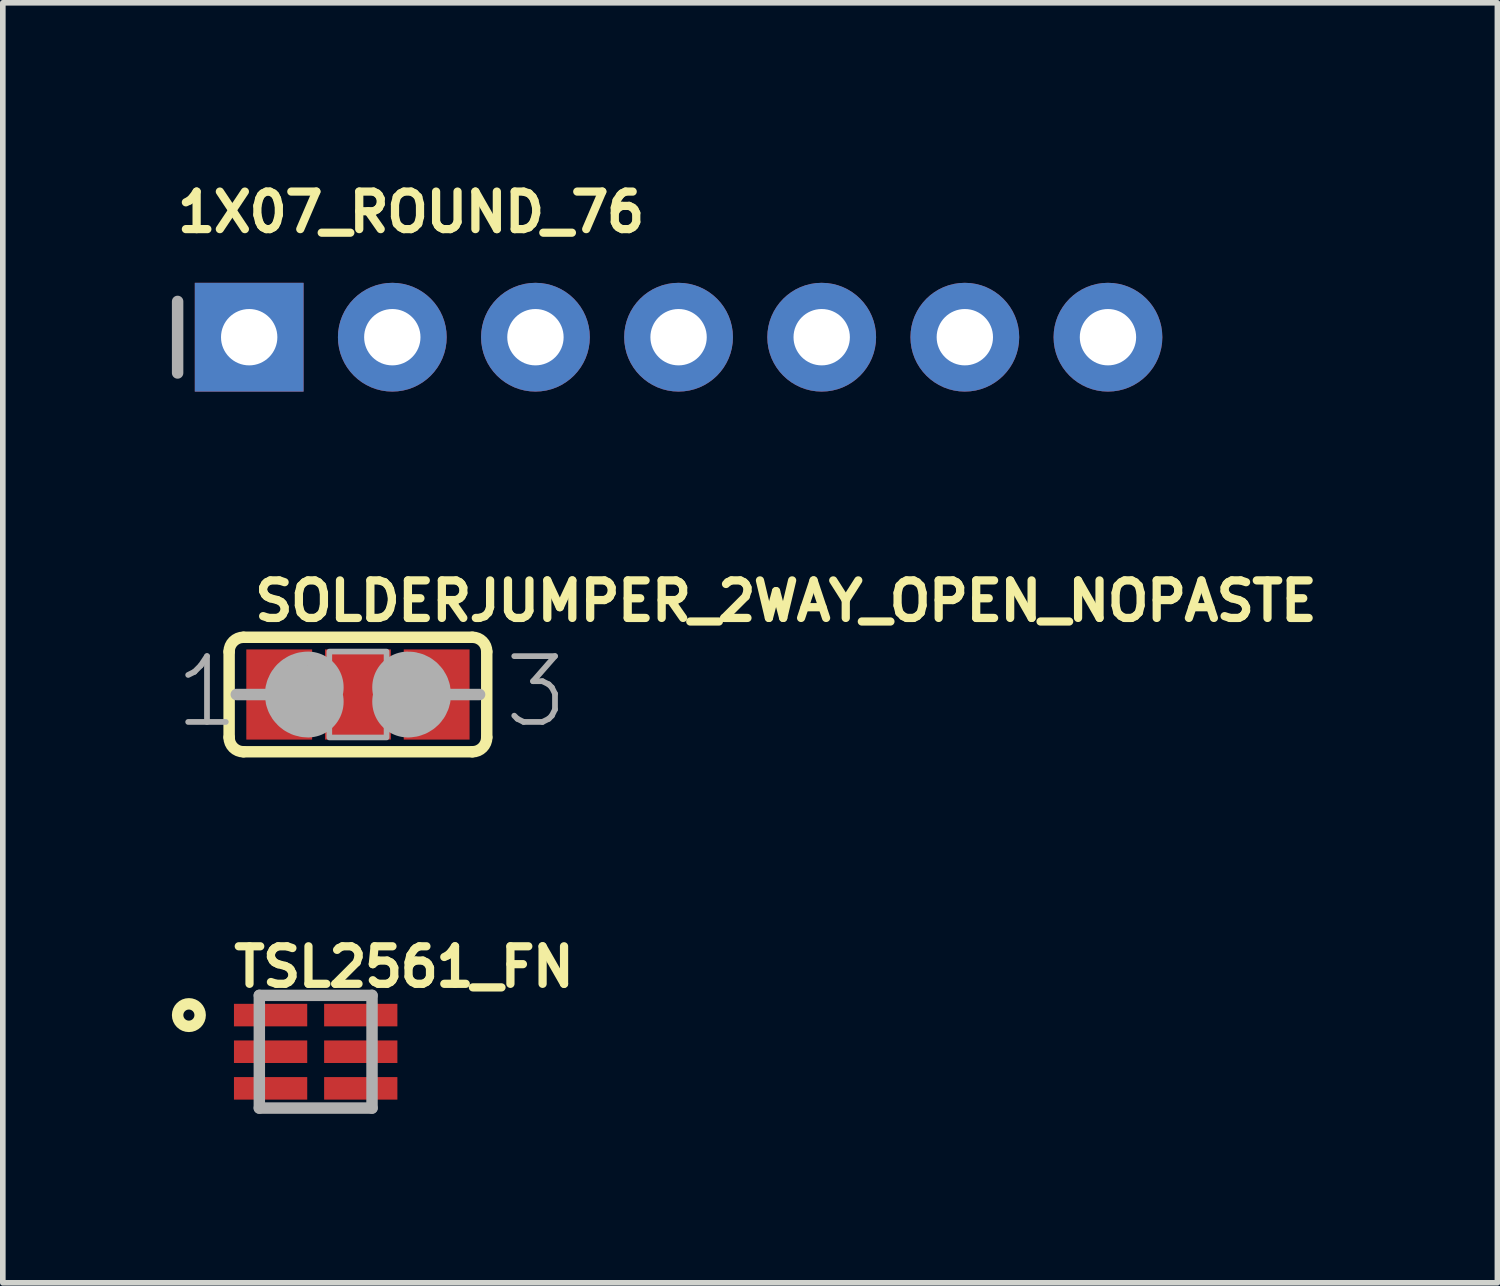
<source format=kicad_pcb>
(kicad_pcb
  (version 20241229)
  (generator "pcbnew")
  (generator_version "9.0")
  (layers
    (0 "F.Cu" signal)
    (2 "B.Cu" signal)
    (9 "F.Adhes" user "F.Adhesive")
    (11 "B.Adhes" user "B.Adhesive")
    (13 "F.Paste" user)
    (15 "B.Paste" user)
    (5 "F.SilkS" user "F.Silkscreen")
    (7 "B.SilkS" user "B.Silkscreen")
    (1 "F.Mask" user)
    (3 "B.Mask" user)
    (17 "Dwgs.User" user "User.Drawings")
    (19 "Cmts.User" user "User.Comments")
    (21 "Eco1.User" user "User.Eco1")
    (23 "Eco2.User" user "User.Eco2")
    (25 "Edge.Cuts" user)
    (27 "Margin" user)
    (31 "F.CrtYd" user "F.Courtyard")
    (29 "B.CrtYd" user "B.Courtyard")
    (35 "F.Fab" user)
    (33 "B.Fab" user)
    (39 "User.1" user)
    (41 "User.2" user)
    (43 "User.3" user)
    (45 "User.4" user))
  (footprint "TSL2561_FN"
    (layer "F.Cu")
    (at 2.552 15.614)
    (property "Reference" "TSL2561_FN" (at -1.524 -1.116 0) (layer "F.SilkS") (effects (font (size 0.666 0.666) (thickness 0.146)) (justify left bottom)))
    (fp_circle (center -2.25 -0.65) (end -2.05 -0.65) (stroke (width 0.203) (type solid)) (fill no) (layer "F.SilkS"))
    (fp_poly (pts (xy -1.43 -0.455) (xy -0.455 -0.455) (xy -0.455 -0.845) (xy -1.43 -0.845)) (stroke (width 0) (type default)) (fill yes) (layer "F.Paste"))
    (fp_poly (pts (xy -1.43 0.195) (xy -0.455 0.195) (xy -0.455 -0.195) (xy -1.43 -0.195)) (stroke (width 0) (type default)) (fill yes) (layer "F.Paste"))
    (fp_poly (pts (xy -1.43 0.845) (xy -0.455 0.845) (xy -0.455 0.455) (xy -1.43 0.455)) (stroke (width 0) (type default)) (fill yes) (layer "F.Paste"))
    (fp_poly (pts (xy 0.455 -0.455) (xy 1.43 -0.455) (xy 1.43 -0.845) (xy 0.455 -0.845)) (stroke (width 0) (type default)) (fill yes) (layer "F.Paste"))
    (fp_poly (pts (xy 0.455 0.195) (xy 1.43 0.195) (xy 1.43 -0.195) (xy 0.455 -0.195)) (stroke (width 0) (type default)) (fill yes) (layer "F.Paste"))
    (fp_poly (pts (xy 0.455 0.845) (xy 1.43 0.845) (xy 1.43 0.455) (xy 0.455 0.455)) (stroke (width 0) (type default)) (fill yes) (layer "F.Paste"))
    (fp_line (start -1 -1) (end 1 -1) (stroke (width 0.203) (type solid)) (layer "F.Fab"))
    (fp_line (start -1 1) (end -1 -1) (stroke (width 0.203) (type solid)) (layer "F.Fab"))
    (fp_line (start 1 -1) (end 1 1) (stroke (width 0.203) (type solid)) (layer "F.Fab"))
    (fp_line (start 1 1) (end -1 1) (stroke (width 0.203) (type solid)) (layer "F.Fab"))
    (pad "ADR" smd rect (at -0.8 0) (size 1.3 0.4) (layers "F.Cu" "F.Mask"))
    (pad "CLK" smd rect (at 0.8 0.65) (size 1.3 0.4) (layers "F.Cu" "F.Mask"))
    (pad "DATA" smd rect (at 0.8 -0.65) (size 1.3 0.4) (layers "F.Cu" "F.Mask"))
    (pad "INT" smd rect (at 0.8 0) (size 1.3 0.4) (layers "F.Cu" "F.Mask"))
    (pad "VDD" smd rect (at -0.8 -0.65) (size 1.3 0.4) (layers "F.Cu" "F.Mask"))
    (pad "VSS" smd rect (at -0.8 0.65) (size 1.3 0.4) (layers "F.Cu" "F.Mask")))
  (footprint "SOLDERJUMPER_2WAY_OPEN_NOPASTE"
    (layer "F.Cu")
    (at 3.302 9.275)
    (property "Reference" "SOLDERJUMPER_2WAY_OPEN_NOPASTE" (at -1.905 -1.27 0) (layer "F.SilkS") (effects (font (size 0.666 0.666) (thickness 0.146)) (justify left bottom)))
    (fp_poly (pts (xy -2.1 0.9) (xy 2.1 0.9) (xy 2.1 -0.9) (xy -2.1 -0.9)) (stroke (width 0) (type default)) (fill yes) (layer "F.Mask"))
    (fp_line (start -2.286 0.762) (end -2.286 -0.762) (stroke (width 0.203) (type solid)) (layer "F.SilkS"))
    (fp_line (start -2.032 -1.016) (end 2.032 -1.016) (stroke (width 0.203) (type solid)) (layer "F.SilkS"))
    (fp_line (start 2.032 1.016) (end -2.032 1.016) (stroke (width 0.203) (type solid)) (layer "F.SilkS"))
    (fp_line (start 2.286 0.762) (end 2.286 -0.762) (stroke (width 0.203) (type solid)) (layer "F.SilkS"))
    (fp_arc (start -2.286 -0.762) (mid -2.211605 -0.941605) (end -2.032 -1.016) (stroke (width 0.2032) (type solid)) (layer "F.SilkS"))
    (fp_arc (start -2.032 1.016) (mid -2.211605 0.941605) (end -2.286 0.762) (stroke (width 0.2032) (type solid)) (layer "F.SilkS"))
    (fp_arc (start 2.032 -1.016) (mid 2.211605 -0.941605) (end 2.286 -0.762) (stroke (width 0.2032) (type solid)) (layer "F.SilkS"))
    (fp_arc (start 2.286 0.762) (mid 2.211605 0.941605) (end 2.032 1.016) (stroke (width 0.2032) (type solid)) (layer "F.SilkS"))
    (fp_line (start -1.651 0) (end -2.159 0) (stroke (width 0.203) (type solid)) (layer "F.Fab"))
    (fp_line (start 1.651 0) (end 2.159 0) (stroke (width 0.203) (type solid)) (layer "F.Fab"))
    (fp_arc (start -0.889 0.127) (mid -1.016 0) (end -0.889 -0.127) (stroke (width 1.27) (type solid)) (layer "F.Fab"))
    (fp_arc (start 0.889 -0.127) (mid 1.016 0) (end 0.889 0.127) (stroke (width 1.27) (type solid)) (layer "F.Fab"))
    (fp_poly (pts (xy -0.508 0.762) (xy 0.508 0.762) (xy 0.508 -0.762) (xy -0.508 -0.762)) (stroke (width 0.1) (type default)) (fill no) (layer "F.Fab"))
    (fp_text user "3" (at 2.54 0.635 0) (layer "F.Fab") (effects (font (size 1.168 1.168) (thickness 0.102)) (justify left bottom)))
    (fp_text user "1" (at -3.302 0.635 0) (layer "F.Fab") (effects (font (size 1.168 1.168) (thickness 0.102)) (justify left bottom)))
    (pad "1" smd rect (at -1.397 0) (size 1.168 1.6) (layers "F.Cu"))
    (pad "2" smd rect (at 0 0) (size 1.168 1.6) (layers "F.Cu"))
    (pad "3" smd rect (at 1.397 0) (size 1.168 1.6) (layers "F.Cu")))
  (footprint "1X07_ROUND_76"
    (layer "F.Cu")
    (at 8.992 2.934)
    (property "Reference" "1X07_ROUND_76" (at -8.966 -1.829 0) (layer "F.SilkS") (effects (font (size 0.666 0.666) (thickness 0.146)) (justify left bottom)))
    (fp_line (start -8.89 -0.635) (end -8.89 0.635) (stroke (width 0.203) (type solid)) (layer "F.Fab"))
    (fp_poly (pts (xy -7.874 0.254) (xy -7.366 0.254) (xy -7.366 -0.254) (xy -7.874 -0.254)) (stroke (width 0.1) (type default)) (fill no) (layer "F.Fab"))
    (fp_poly (pts (xy -5.334 0.254) (xy -4.826 0.254) (xy -4.826 -0.254) (xy -5.334 -0.254)) (stroke (width 0.1) (type default)) (fill no) (layer "F.Fab"))
    (fp_poly (pts (xy -2.794 0.254) (xy -2.286 0.254) (xy -2.286 -0.254) (xy -2.794 -0.254)) (stroke (width 0.1) (type default)) (fill no) (layer "F.Fab"))
    (fp_poly (pts (xy -0.254 0.254) (xy 0.254 0.254) (xy 0.254 -0.254) (xy -0.254 -0.254)) (stroke (width 0.1) (type default)) (fill no) (layer "F.Fab"))
    (fp_poly (pts (xy 2.286 0.254) (xy 2.794 0.254) (xy 2.794 -0.254) (xy 2.286 -0.254)) (stroke (width 0.1) (type default)) (fill no) (layer "F.Fab"))
    (fp_poly (pts (xy 4.826 0.254) (xy 5.334 0.254) (xy 5.334 -0.254) (xy 4.826 -0.254)) (stroke (width 0.1) (type default)) (fill no) (layer "F.Fab"))
    (fp_poly (pts (xy 7.366 0.254) (xy 7.874 0.254) (xy 7.874 -0.254) (xy 7.366 -0.254)) (stroke (width 0.1) (type default)) (fill no) (layer "F.Fab"))
    (pad "1" thru_hole rect (at -7.62 0 90) (size 1.93 1.93) (drill 1) (layers "*.Cu" "*.Mask"))
    (pad "2" thru_hole circle (at -5.08 0 90) (size 1.93 1.93) (drill 1) (layers "*.Cu" "*.Mask"))
    (pad "3" thru_hole circle (at -2.54 0 90) (size 1.93 1.93) (drill 1) (layers "*.Cu" "*.Mask"))
    (pad "4" thru_hole circle (at 0 0 90) (size 1.93 1.93) (drill 1) (layers "*.Cu" "*.Mask"))
    (pad "5" thru_hole circle (at 2.54 0 90) (size 1.93 1.93) (drill 1) (layers "*.Cu" "*.Mask"))
    (pad "6" thru_hole circle (at 5.08 0 90) (size 1.93 1.93) (drill 1) (layers "*.Cu" "*.Mask"))
    (pad "7" thru_hole circle (at 7.62 0 90) (size 1.93 1.93) (drill 1) (layers "*.Cu" "*.Mask")))
  (gr_rect
    (start -3 -3)
    (end 23.523 19.715)
    (stroke (width 0.1) (type default))
    (fill no)
    (layer "Edge.Cuts")))
</source>
